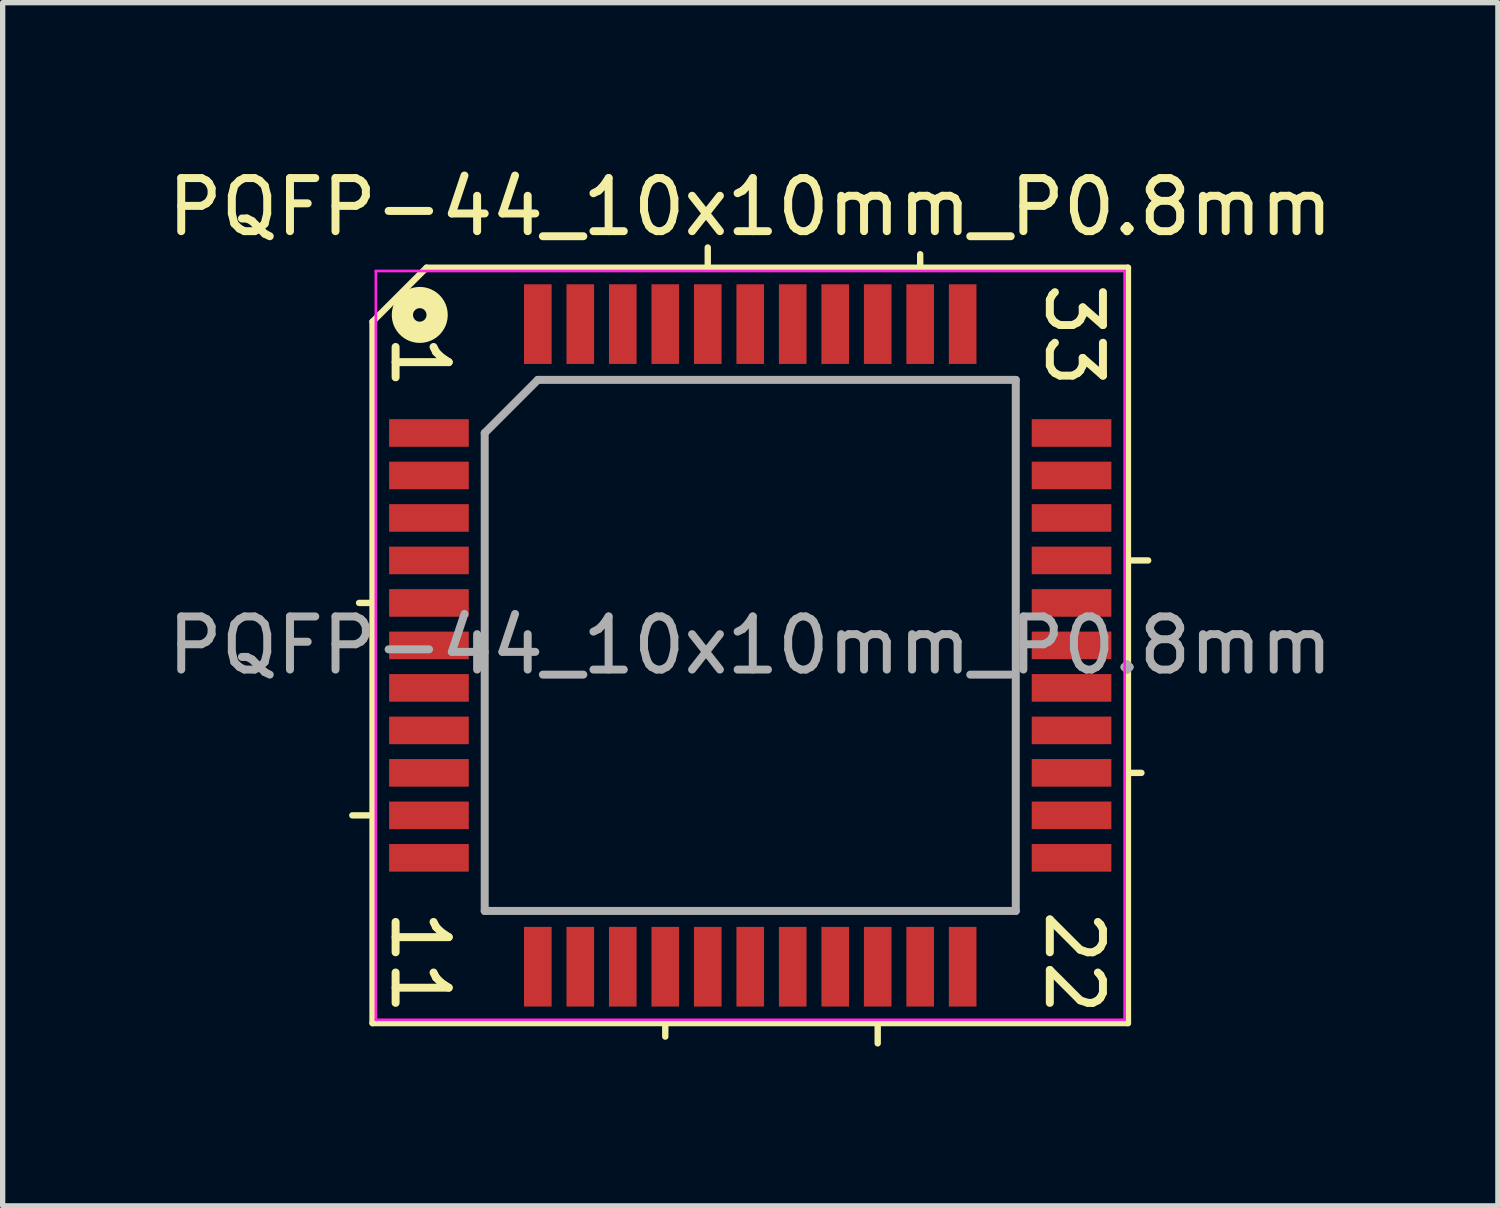
<source format=kicad_pcb>
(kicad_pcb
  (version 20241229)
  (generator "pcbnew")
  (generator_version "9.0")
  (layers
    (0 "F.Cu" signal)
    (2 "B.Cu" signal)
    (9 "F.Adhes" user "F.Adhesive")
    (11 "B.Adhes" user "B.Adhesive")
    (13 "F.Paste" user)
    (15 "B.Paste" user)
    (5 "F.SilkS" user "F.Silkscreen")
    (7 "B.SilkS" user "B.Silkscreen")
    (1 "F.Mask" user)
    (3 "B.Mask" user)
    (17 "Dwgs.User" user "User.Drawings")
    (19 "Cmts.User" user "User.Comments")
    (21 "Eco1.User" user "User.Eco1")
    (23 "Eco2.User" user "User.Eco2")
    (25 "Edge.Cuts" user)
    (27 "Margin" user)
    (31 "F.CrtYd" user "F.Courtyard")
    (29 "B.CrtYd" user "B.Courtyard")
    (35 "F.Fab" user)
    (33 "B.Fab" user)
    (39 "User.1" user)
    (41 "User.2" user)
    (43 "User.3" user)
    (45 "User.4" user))
  (footprint "PQFP-44_10x10mm_P0.8mm"
    (layer "F.Cu")
    (at 11.077 9.103)
    (property "Reference" "PQFP-44_10x10mm_P0.8mm" (at 0 -8.255 0) (layer "F.SilkS") (effects (font (size 1 1) (thickness 0.15))))
    (attr smd)
    (fp_line (start -7.112 -6.096) (end -7.112 7.112) (stroke (width 0.12) (type solid)) (layer "F.SilkS"))
    (fp_line (start -7.112 -0.8) (end -7.366 -0.8) (stroke (width 0.12) (type solid)) (layer "F.SilkS"))
    (fp_line (start -7.112 3.2) (end -7.493 3.2) (stroke (width 0.12) (type solid)) (layer "F.SilkS"))
    (fp_line (start -7.112 7.112) (end 7.112 7.112) (stroke (width 0.12) (type solid)) (layer "F.SilkS"))
    (fp_line (start -6.096 -7.112) (end -7.112 -6.096) (stroke (width 0.12) (type solid)) (layer "F.SilkS"))
    (fp_line (start -1.6 7.112) (end -1.6 7.366) (stroke (width 0.12) (type solid)) (layer "F.SilkS"))
    (fp_line (start -0.8 -7.112) (end -0.8 -7.493) (stroke (width 0.12) (type solid)) (layer "F.SilkS"))
    (fp_line (start 2.4 7.112) (end 2.4 7.493) (stroke (width 0.12) (type solid)) (layer "F.SilkS"))
    (fp_line (start 3.2 -7.112) (end 3.2 -7.366) (stroke (width 0.12) (type solid)) (layer "F.SilkS"))
    (fp_line (start 7.112 -7.112) (end -6.096 -7.112) (stroke (width 0.12) (type solid)) (layer "F.SilkS"))
    (fp_line (start 7.112 -1.6) (end 7.493 -1.6) (stroke (width 0.12) (type solid)) (layer "F.SilkS"))
    (fp_line (start 7.112 2.4) (end 7.366 2.4) (stroke (width 0.12) (type solid)) (layer "F.SilkS"))
    (fp_line (start 7.112 7.112) (end 7.112 -7.112) (stroke (width 0.12) (type solid)) (layer "F.SilkS"))
    (fp_circle (center -6.223 -6.223) (end -6.096 -6.223) (stroke (width 0.4) (type solid)) (fill no) (layer "F.SilkS"))
    (fp_line (start -7.05 -7.05) (end -7.05 7.05) (stroke (width 0.05) (type solid)) (layer "F.CrtYd"))
    (fp_line (start -7.05 -7.05) (end 7.05 -7.05) (stroke (width 0.05) (type solid)) (layer "F.CrtYd"))
    (fp_line (start -7.05 7.05) (end 7.05 7.05) (stroke (width 0.05) (type solid)) (layer "F.CrtYd"))
    (fp_line (start 7.05 -7.05) (end 7.05 7.05) (stroke (width 0.05) (type solid)) (layer "F.CrtYd"))
    (fp_line (start -5 -4) (end -4 -5) (stroke (width 0.15) (type solid)) (layer "F.Fab"))
    (fp_line (start -5 5) (end -5 -4) (stroke (width 0.15) (type solid)) (layer "F.Fab"))
    (fp_line (start -4 -5) (end 5 -5) (stroke (width 0.15) (type solid)) (layer "F.Fab"))
    (fp_line (start 5 -5) (end 5 5) (stroke (width 0.15) (type solid)) (layer "F.Fab"))
    (fp_line (start 5 5) (end -5 5) (stroke (width 0.15) (type solid)) (layer "F.Fab"))
    (fp_text user "22" (at 6.096 5.969 270) (unlocked yes) (layer "F.SilkS") (effects (font (size 1 1) (thickness 0.15))))
    (fp_text user "1" (at -6.223 -5.334 270) (unlocked yes) (layer "F.SilkS") (effects (font (size 1 1) (thickness 0.15))))
    (fp_text user "33" (at 6.096 -5.842 270) (unlocked yes) (layer "F.SilkS") (effects (font (size 1 1) (thickness 0.15))))
    (fp_text user "11" (at -6.223 5.969 270) (unlocked yes) (layer "F.SilkS") (effects (font (size 1 1) (thickness 0.15))))
    (fp_text user "${REFERENCE}" (at 0 0 0) (layer "F.Fab") (effects (font (size 1 1) (thickness 0.15))))
    (pad "1" smd rect (at -6.05 -4) (size 1.5 0.52) (layers "F.Cu" "F.Mask" "F.Paste"))
    (pad "2" smd rect (at -6.05 -3.2) (size 1.5 0.52) (layers "F.Cu" "F.Mask" "F.Paste"))
    (pad "3" smd rect (at -6.05 -2.4) (size 1.5 0.52) (layers "F.Cu" "F.Mask" "F.Paste"))
    (pad "4" smd rect (at -6.05 -1.6) (size 1.5 0.52) (layers "F.Cu" "F.Mask" "F.Paste"))
    (pad "5" smd rect (at -6.05 -0.8) (size 1.5 0.52) (layers "F.Cu" "F.Mask" "F.Paste"))
    (pad "6" smd rect (at -6.05 0) (size 1.5 0.52) (layers "F.Cu" "F.Mask" "F.Paste"))
    (pad "7" smd rect (at -6.05 0.8) (size 1.5 0.52) (layers "F.Cu" "F.Mask" "F.Paste"))
    (pad "8" smd rect (at -6.05 1.6) (size 1.5 0.52) (layers "F.Cu" "F.Mask" "F.Paste"))
    (pad "9" smd rect (at -6.05 2.4) (size 1.5 0.52) (layers "F.Cu" "F.Mask" "F.Paste"))
    (pad "10" smd rect (at -6.05 3.2) (size 1.5 0.52) (layers "F.Cu" "F.Mask" "F.Paste"))
    (pad "11" smd rect (at -6.05 4) (size 1.5 0.52) (layers "F.Cu" "F.Mask" "F.Paste"))
    (pad "12" smd rect (at -4 6.05) (size 0.52 1.5) (layers "F.Cu" "F.Mask" "F.Paste"))
    (pad "13" smd rect (at -3.2 6.05) (size 0.52 1.5) (layers "F.Cu" "F.Mask" "F.Paste"))
    (pad "14" smd rect (at -2.4 6.05) (size 0.52 1.5) (layers "F.Cu" "F.Mask" "F.Paste"))
    (pad "15" smd rect (at -1.6 6.05) (size 0.52 1.5) (layers "F.Cu" "F.Mask" "F.Paste"))
    (pad "16" smd rect (at -0.8 6.05) (size 0.52 1.5) (layers "F.Cu" "F.Mask" "F.Paste"))
    (pad "17" smd rect (at 0 6.05) (size 0.52 1.5) (layers "F.Cu" "F.Mask" "F.Paste"))
    (pad "18" smd rect (at 0.8 6.05) (size 0.52 1.5) (layers "F.Cu" "F.Mask" "F.Paste"))
    (pad "19" smd rect (at 1.6 6.05) (size 0.52 1.5) (layers "F.Cu" "F.Mask" "F.Paste"))
    (pad "20" smd rect (at 2.4 6.05) (size 0.52 1.5) (layers "F.Cu" "F.Mask" "F.Paste"))
    (pad "21" smd rect (at 3.2 6.05) (size 0.52 1.5) (layers "F.Cu" "F.Mask" "F.Paste"))
    (pad "22" smd rect (at 4 6.05) (size 0.52 1.5) (layers "F.Cu" "F.Mask" "F.Paste"))
    (pad "23" smd rect (at 6.05 4) (size 1.5 0.52) (layers "F.Cu" "F.Mask" "F.Paste"))
    (pad "24" smd rect (at 6.05 3.2) (size 1.5 0.52) (layers "F.Cu" "F.Mask" "F.Paste"))
    (pad "25" smd rect (at 6.05 2.4) (size 1.5 0.52) (layers "F.Cu" "F.Mask" "F.Paste"))
    (pad "26" smd rect (at 6.05 1.6) (size 1.5 0.52) (layers "F.Cu" "F.Mask" "F.Paste"))
    (pad "27" smd rect (at 6.05 0.8) (size 1.5 0.52) (layers "F.Cu" "F.Mask" "F.Paste"))
    (pad "28" smd rect (at 6.05 0) (size 1.5 0.52) (layers "F.Cu" "F.Mask" "F.Paste"))
    (pad "29" smd rect (at 6.05 -0.8) (size 1.5 0.52) (layers "F.Cu" "F.Mask" "F.Paste"))
    (pad "30" smd rect (at 6.05 -1.6) (size 1.5 0.52) (layers "F.Cu" "F.Mask" "F.Paste"))
    (pad "31" smd rect (at 6.05 -2.4) (size 1.5 0.52) (layers "F.Cu" "F.Mask" "F.Paste"))
    (pad "32" smd rect (at 6.05 -3.2) (size 1.5 0.52) (layers "F.Cu" "F.Mask" "F.Paste"))
    (pad "33" smd rect (at 6.05 -4) (size 1.5 0.52) (layers "F.Cu" "F.Mask" "F.Paste"))
    (pad "34" smd rect (at 4 -6.05) (size 0.52 1.5) (layers "F.Cu" "F.Mask" "F.Paste"))
    (pad "35" smd rect (at 3.2 -6.05) (size 0.52 1.5) (layers "F.Cu" "F.Mask" "F.Paste"))
    (pad "36" smd rect (at 2.4 -6.05) (size 0.52 1.5) (layers "F.Cu" "F.Mask" "F.Paste"))
    (pad "37" smd rect (at 1.6 -6.05) (size 0.52 1.5) (layers "F.Cu" "F.Mask" "F.Paste"))
    (pad "38" smd rect (at 0.8 -6.05) (size 0.52 1.5) (layers "F.Cu" "F.Mask" "F.Paste"))
    (pad "39" smd rect (at 0 -6.05) (size 0.52 1.5) (layers "F.Cu" "F.Mask" "F.Paste"))
    (pad "40" smd rect (at -0.8 -6.05) (size 0.52 1.5) (layers "F.Cu" "F.Mask" "F.Paste"))
    (pad "41" smd rect (at -1.6 -6.05) (size 0.52 1.5) (layers "F.Cu" "F.Mask" "F.Paste"))
    (pad "42" smd rect (at -2.4 -6.05) (size 0.52 1.5) (layers "F.Cu" "F.Mask" "F.Paste"))
    (pad "43" smd rect (at -3.2 -6.05) (size 0.52 1.5) (layers "F.Cu" "F.Mask" "F.Paste"))
    (pad "44" smd rect (at -4 -6.05) (size 0.52 1.5) (layers "F.Cu" "F.Mask" "F.Paste")))
  (gr_rect
    (start -3 -3)
    (end 25.155 19.656)
    (stroke (width 0.1) (type default))
    (fill no)
    (layer "Edge.Cuts")))
</source>
